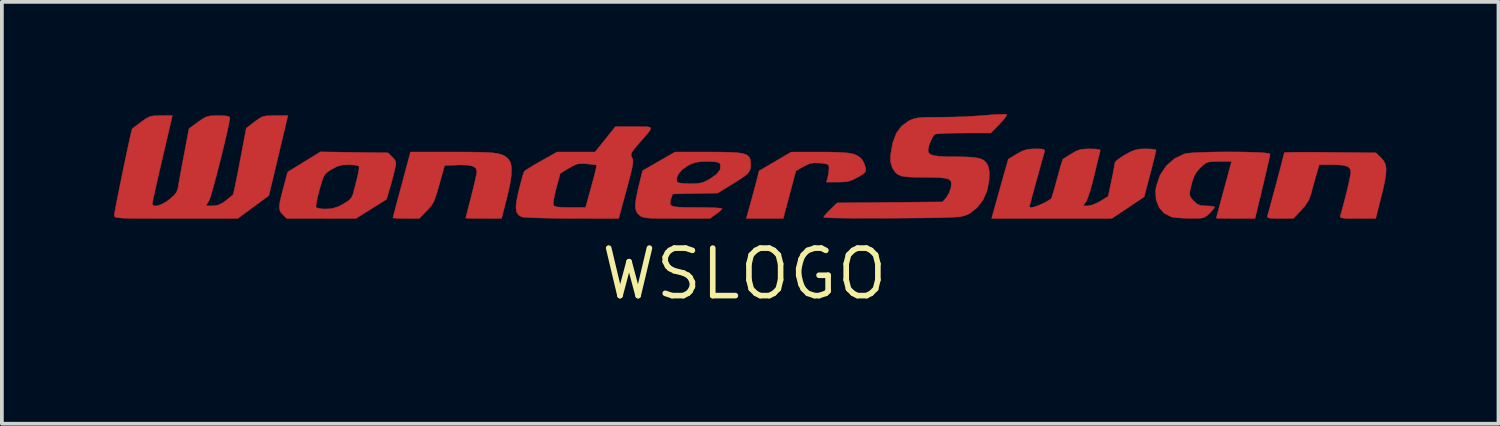
<source format=kicad_pcb>
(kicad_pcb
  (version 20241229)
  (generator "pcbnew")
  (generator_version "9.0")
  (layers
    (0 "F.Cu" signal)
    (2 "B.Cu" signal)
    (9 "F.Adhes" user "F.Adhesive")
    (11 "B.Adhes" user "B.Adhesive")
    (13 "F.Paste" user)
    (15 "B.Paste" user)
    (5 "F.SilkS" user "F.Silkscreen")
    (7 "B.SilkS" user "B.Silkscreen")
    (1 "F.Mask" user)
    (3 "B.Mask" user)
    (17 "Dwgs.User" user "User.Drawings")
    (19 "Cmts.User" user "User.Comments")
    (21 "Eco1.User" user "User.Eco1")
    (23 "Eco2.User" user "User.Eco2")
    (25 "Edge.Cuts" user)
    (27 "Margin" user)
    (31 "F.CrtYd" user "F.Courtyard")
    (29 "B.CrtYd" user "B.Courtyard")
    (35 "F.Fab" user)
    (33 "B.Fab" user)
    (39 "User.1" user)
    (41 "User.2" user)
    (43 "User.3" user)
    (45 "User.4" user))
  (footprint "WSLOGO"
    (layer "F.Cu")
    (at 16.854 1.226)
    (property "Reference" "WSLOGO" (at 0 3.048 0) (layer "F.SilkS") (effects (font (size 1.27 1.27) (thickness 0.15))))
    (attr through_hole)
    (fp_poly (pts (xy 2.341 -0.209) (xy 2.586 -0.201) (xy 2.772 -0.185) (xy 2.909 -0.159) (xy 3.01 -0.121) (xy 3.087 -0.068) (xy 3.139 -0.016) (xy 3.198 0.084) (xy 3.236 0.197) (xy 3.247 0.272) (xy 3.229 0.327) (xy 3.168 0.381) (xy 3.049 0.453) (xy 3.035 0.461) (xy 2.895 0.534) (xy 2.773 0.574) (xy 2.631 0.59) (xy 2.499 0.593) (xy 2.192 0.593) (xy 2.225 0.476) (xy 2.252 0.342) (xy 2.261 0.233) (xy 2.259 0.161) (xy 2.233 0.121) (xy 2.164 0.1) (xy 2.032 0.085) (xy 2.024 0.084) (xy 1.866 0.078) (xy 1.745 0.099) (xy 1.617 0.157) (xy 1.579 0.178) (xy 1.376 0.293) (xy 1.038 1.566) (xy 0.05 1.566) (xy 0.153 1.196) (xy 0.21 0.988) (xy 0.268 0.772) (xy 0.317 0.589) (xy 0.324 0.559) (xy 0.393 0.292) (xy 1.249 -0.211) (xy 2.023 -0.211) (xy 2.341 -0.209)) (stroke (width 0.01) (type solid)) (fill yes) (layer "F.Cu"))
    (fp_poly (pts (xy -10.433 -0.203) (xy -9.527 -0.191) (xy -9.412 -0.076) (xy -9.347 -0.005) (xy -9.32 0.056) (xy -9.324 0.14) (xy -9.349 0.263) (xy -9.39 0.427) (xy -9.443 0.624) (xy -9.485 0.77) (xy -9.569 1.053) (xy -9.979 1.31) (xy -10.389 1.566) (xy -12.238 1.566) (xy -12.342 1.462) (xy -12.396 1.401) (xy -12.427 1.334) (xy -12.435 1.248) (xy -12.433 1.234) (xy -11.456 1.234) (xy -11.453 1.267) (xy -11.398 1.292) (xy -11.287 1.309) (xy -11.194 1.312) (xy -11.021 1.299) (xy -10.865 1.25) (xy -10.731 1.182) (xy -10.593 1.095) (xy -10.513 1.018) (xy -10.468 0.926) (xy -10.46 0.896) (xy -10.392 0.634) (xy -10.345 0.443) (xy -10.317 0.312) (xy -10.304 0.228) (xy -10.304 0.181) (xy -10.309 0.168) (xy -10.362 0.146) (xy -10.473 0.131) (xy -10.585 0.127) (xy -10.76 0.137) (xy -10.9 0.177) (xy -11.041 0.253) (xy -11.134 0.312) (xy -11.198 0.367) (xy -11.245 0.437) (xy -11.287 0.54) (xy -11.334 0.697) (xy -11.363 0.8) (xy -11.41 0.98) (xy -11.442 1.131) (xy -11.456 1.234) (xy -12.433 1.234) (xy -12.42 1.126) (xy -12.381 0.953) (xy -12.326 0.744) (xy -12.213 0.323) (xy -11.339 -0.216) (xy -10.433 -0.203)) (stroke (width 0.01) (type solid)) (fill yes) (layer "F.Cu"))
    (fp_poly (pts (xy -7.423 -0.211) (xy -7.13 -0.208) (xy -6.902 -0.201) (xy -6.726 -0.189) (xy -6.595 -0.171) (xy -6.496 -0.145) (xy -6.421 -0.111) (xy -6.357 -0.067) (xy -6.318 -0.032) (xy -6.255 0.064) (xy -6.226 0.208) (xy -6.232 0.406) (xy -6.271 0.667) (xy -6.346 0.996) (xy -6.358 1.042) (xy -6.493 1.566) (xy -6.972 1.566) (xy -7.162 1.565) (xy -7.316 1.562) (xy -7.418 1.558) (xy -7.451 1.553) (xy -7.441 1.509) (xy -7.413 1.399) (xy -7.372 1.237) (xy -7.321 1.039) (xy -7.303 0.971) (xy -7.249 0.756) (xy -7.203 0.563) (xy -7.171 0.412) (xy -7.155 0.32) (xy -7.155 0.308) (xy -7.178 0.224) (xy -7.255 0.169) (xy -7.394 0.14) (xy -7.605 0.134) (xy -7.67 0.136) (xy -8.016 0.148) (xy -8.157 0.655) (xy -8.219 0.872) (xy -8.27 1.027) (xy -8.319 1.14) (xy -8.376 1.229) (xy -8.45 1.315) (xy -8.497 1.364) (xy -8.696 1.566) (xy -9.047 1.566) (xy -9.208 1.564) (xy -9.329 1.559) (xy -9.393 1.551) (xy -9.398 1.548) (xy -9.387 1.503) (xy -9.358 1.39) (xy -9.314 1.223) (xy -9.259 1.016) (xy -9.211 0.839) (xy -9.145 0.594) (xy -9.083 0.365) (xy -9.031 0.169) (xy -8.992 0.025) (xy -8.977 -0.032) (xy -8.929 -0.212) (xy -7.79 -0.212) (xy -7.423 -0.211)) (stroke (width 0.01) (type solid)) (fill yes) (layer "F.Cu"))
    (fp_poly (pts (xy 15.274 -0.206) (xy 15.58 -0.204) (xy 15.661 -0.203) (xy 16.886 -0.191) (xy 17.01 -0.071) (xy 17.087 0.016) (xy 17.136 0.112) (xy 17.158 0.23) (xy 17.152 0.384) (xy 17.119 0.587) (xy 17.059 0.853) (xy 17.032 0.96) (xy 16.88 1.566) (xy 16.396 1.566) (xy 16.188 1.565) (xy 16.05 1.561) (xy 15.971 1.55) (xy 15.935 1.532) (xy 15.931 1.504) (xy 15.934 1.492) (xy 15.99 1.294) (xy 16.048 1.076) (xy 16.103 0.855) (xy 16.152 0.651) (xy 16.189 0.481) (xy 16.21 0.364) (xy 16.214 0.33) (xy 16.197 0.241) (xy 16.138 0.181) (xy 16.026 0.145) (xy 15.848 0.129) (xy 15.71 0.127) (xy 15.371 0.127) (xy 15.286 0.413) (xy 15.234 0.597) (xy 15.182 0.786) (xy 15.15 0.91) (xy 15.09 1.075) (xy 14.985 1.234) (xy 14.888 1.344) (xy 14.677 1.566) (xy 14.321 1.566) (xy 14.147 1.565) (xy 14.043 1.557) (xy 13.993 1.541) (xy 13.983 1.512) (xy 13.987 1.492) (xy 14.008 1.418) (xy 14.045 1.284) (xy 14.094 1.103) (xy 14.15 0.893) (xy 14.211 0.666) (xy 14.271 0.438) (xy 14.328 0.225) (xy 14.376 0.041) (xy 14.412 -0.1) (xy 14.433 -0.181) (xy 14.436 -0.195) (xy 14.476 -0.2) (xy 14.591 -0.203) (xy 14.769 -0.206) (xy 15.001 -0.206) (xy 15.274 -0.206)) (stroke (width 0.01) (type solid)) (fill yes) (layer "F.Cu"))
    (fp_poly (pts (xy -2.592 -0.887) (xy -2.517 -0.869) (xy -2.507 -0.825) (xy -2.558 -0.744) (xy -2.666 -0.616) (xy -2.81 -0.453) (xy -2.928 -0.315) (xy -2.998 -0.222) (xy -3.028 -0.159) (xy -3.025 -0.108) (xy -3.004 -0.061) (xy -2.986 -0.016) (xy -2.98 0.042) (xy -2.988 0.126) (xy -3.011 0.248) (xy -3.053 0.419) (xy -3.114 0.654) (xy -3.155 0.805) (xy -3.362 1.566) (xy -4.613 1.564) (xy -4.934 1.562) (xy -5.231 1.557) (xy -5.493 1.551) (xy -5.708 1.544) (xy -5.864 1.535) (xy -5.95 1.525) (xy -5.959 1.522) (xy -6.044 1.47) (xy -6.094 1.389) (xy -6.109 1.267) (xy -6.1 1.178) (xy -5.111 1.178) (xy -5.108 1.204) (xy -5.08 1.236) (xy -5.017 1.255) (xy -4.902 1.266) (xy -4.721 1.27) (xy -4.665 1.27) (xy -4.247 1.27) (xy -4.093 0.712) (xy -4.037 0.508) (xy -3.993 0.335) (xy -3.963 0.21) (xy -3.951 0.145) (xy -3.952 0.141) (xy -3.998 0.13) (xy -4.103 0.116) (xy -4.216 0.105) (xy -4.363 0.097) (xy -4.472 0.11) (xy -4.581 0.156) (xy -4.696 0.222) (xy -4.925 0.362) (xy -5.029 0.75) (xy -5.072 0.926) (xy -5.1 1.076) (xy -5.111 1.178) (xy -6.1 1.178) (xy -6.091 1.093) (xy -6.041 0.853) (xy -6.028 0.803) (xy -5.981 0.615) (xy -5.938 0.457) (xy -5.905 0.348) (xy -5.889 0.308) (xy -5.844 0.272) (xy -5.74 0.206) (xy -5.594 0.118) (xy -5.437 0.028) (xy -5.011 -0.212) (xy -3.994 -0.212) (xy -3.723 -0.55) (xy -3.451 -0.889) (xy -2.948 -0.889) (xy -2.734 -0.89) (xy -2.592 -0.887)) (stroke (width 0.01) (type solid)) (fill yes) (layer "F.Cu"))
    (fp_poly (pts (xy 13.236 -0.213) (xy 13.486 -0.208) (xy 13.706 -0.201) (xy 13.882 -0.191) (xy 14.003 -0.177) (xy 14.054 -0.161) (xy 14.055 -0.159) (xy 14.045 -0.103) (xy 14.019 0.022) (xy 13.978 0.202) (xy 13.927 0.425) (xy 13.867 0.677) (xy 13.854 0.73) (xy 13.653 1.566) (xy 13.134 1.566) (xy 12.936 1.566) (xy 12.773 1.563) (xy 12.661 1.56) (xy 12.616 1.556) (xy 12.616 1.556) (xy 12.627 1.514) (xy 12.656 1.403) (xy 12.701 1.236) (xy 12.758 1.027) (xy 12.821 0.794) (xy 13.025 0.042) (xy 12.695 0.042) (xy 12.527 0.044) (xy 12.417 0.055) (xy 12.338 0.085) (xy 12.264 0.14) (xy 12.198 0.201) (xy 12.1 0.309) (xy 12.027 0.431) (xy 11.971 0.588) (xy 11.919 0.803) (xy 11.912 0.837) (xy 11.906 0.936) (xy 11.943 1.019) (xy 12.014 1.099) (xy 12.109 1.18) (xy 12.206 1.218) (xy 12.345 1.228) (xy 12.358 1.228) (xy 12.48 1.234) (xy 12.558 1.249) (xy 12.573 1.262) (xy 12.545 1.309) (xy 12.474 1.39) (xy 12.433 1.431) (xy 12.363 1.495) (xy 12.3 1.535) (xy 12.221 1.556) (xy 12.104 1.563) (xy 11.926 1.563) (xy 11.915 1.563) (xy 11.728 1.557) (xy 11.56 1.545) (xy 11.439 1.529) (xy 11.413 1.522) (xy 11.222 1.425) (xy 11.085 1.269) (xy 11.007 1.066) (xy 10.993 0.829) (xy 11.01 0.713) (xy 11.112 0.409) (xy 11.278 0.157) (xy 11.504 -0.038) (xy 11.764 -0.163) (xy 11.852 -0.179) (xy 12.003 -0.192) (xy 12.204 -0.202) (xy 12.44 -0.209) (xy 12.7 -0.214) (xy 12.97 -0.215) (xy 13.236 -0.213)) (stroke (width 0.01) (type solid)) (fill yes) (layer "F.Cu"))
    (fp_poly (pts (xy -0.627 -0.21) (xy -0.363 -0.204) (xy -0.165 -0.191) (xy -0.023 -0.167) (xy 0.072 -0.13) (xy 0.129 -0.078) (xy 0.158 -0.006) (xy 0.168 0.087) (xy 0.169 0.129) (xy 0.164 0.219) (xy 0.141 0.293) (xy 0.089 0.363) (xy -0.004 0.44) (xy -0.149 0.538) (xy -0.327 0.648) (xy -0.717 0.887) (xy -1.318 0.898) (xy -1.919 0.91) (xy -1.958 1.028) (xy -1.983 1.114) (xy -1.986 1.176) (xy -1.957 1.219) (xy -1.885 1.247) (xy -1.76 1.262) (xy -1.573 1.269) (xy -1.312 1.27) (xy -1.271 1.27) (xy -1.042 1.272) (xy -0.847 1.277) (xy -0.698 1.285) (xy -0.611 1.295) (xy -0.594 1.302) (xy -0.626 1.343) (xy -0.706 1.411) (xy -0.759 1.45) (xy -0.924 1.566) (xy -1.811 1.566) (xy -2.108 1.566) (xy -2.333 1.564) (xy -2.498 1.559) (xy -2.614 1.55) (xy -2.694 1.537) (xy -2.749 1.518) (xy -2.793 1.491) (xy -2.809 1.479) (xy -2.873 1.411) (xy -2.909 1.324) (xy -2.917 1.202) (xy -2.897 1.032) (xy -2.849 0.801) (xy -2.821 0.684) (xy -2.775 0.495) (xy -1.814 0.495) (xy -1.8 0.592) (xy -1.747 0.613) (xy -1.633 0.628) (xy -1.481 0.635) (xy -1.454 0.635) (xy -1.277 0.631) (xy -1.149 0.612) (xy -1.037 0.57) (xy -0.904 0.497) (xy -0.736 0.375) (xy -0.649 0.256) (xy -0.641 0.136) (xy -0.65 0.106) (xy -0.685 0.071) (xy -0.766 0.051) (xy -0.91 0.043) (xy -0.993 0.042) (xy -1.179 0.048) (xy -1.316 0.069) (xy -1.438 0.115) (xy -1.523 0.159) (xy -1.664 0.26) (xy -1.765 0.378) (xy -1.814 0.495) (xy -2.775 0.495) (xy -2.724 0.288) (xy -2.289 0.038) (xy -1.855 -0.212) (xy -0.967 -0.212) (xy -0.627 -0.21)) (stroke (width 0.01) (type solid)) (fill yes) (layer "F.Cu"))
    (fp_poly (pts (xy 10.871 -0.292) (xy 10.971 -0.28) (xy 11.008 -0.265) (xy 10.998 -0.214) (xy 10.97 -0.098) (xy 10.928 0.07) (xy 10.876 0.275) (xy 10.849 0.377) (xy 10.689 0.986) (xy 10.257 1.276) (xy 9.824 1.566) (xy 6.61 1.566) (xy 6.712 1.196) (xy 6.772 0.981) (xy 6.843 0.728) (xy 6.912 0.482) (xy 6.935 0.402) (xy 7.055 -0.021) (xy 7.283 -0.159) (xy 7.433 -0.24) (xy 7.563 -0.282) (xy 7.717 -0.296) (xy 7.78 -0.296) (xy 7.926 -0.294) (xy 8.003 -0.282) (xy 8.03 -0.257) (xy 8.026 -0.222) (xy 8.004 -0.149) (xy 7.966 -0.016) (xy 7.917 0.159) (xy 7.861 0.361) (xy 7.802 0.575) (xy 7.745 0.784) (xy 7.694 0.972) (xy 7.653 1.123) (xy 7.627 1.222) (xy 7.62 1.252) (xy 7.654 1.273) (xy 7.742 1.259) (xy 7.866 1.216) (xy 8.007 1.152) (xy 8.147 1.073) (xy 8.205 1.033) (xy 8.221 0.991) (xy 8.254 0.883) (xy 8.299 0.725) (xy 8.353 0.532) (xy 8.359 0.51) (xy 8.413 0.315) (xy 8.459 0.151) (xy 8.495 0.035) (xy 8.513 -0.017) (xy 8.514 -0.018) (xy 8.556 -0.047) (xy 8.647 -0.106) (xy 8.74 -0.164) (xy 8.869 -0.238) (xy 8.983 -0.278) (xy 9.12 -0.294) (xy 9.241 -0.296) (xy 9.403 -0.292) (xy 9.491 -0.278) (xy 9.516 -0.251) (xy 9.514 -0.243) (xy 9.498 -0.185) (xy 9.466 -0.06) (xy 9.424 0.114) (xy 9.375 0.322) (xy 9.356 0.402) (xy 9.3 0.625) (xy 9.243 0.828) (xy 9.189 0.99) (xy 9.146 1.094) (xy 9.136 1.111) (xy 9.054 1.228) (xy 9.183 1.228) (xy 9.292 1.205) (xy 9.431 1.149) (xy 9.519 1.101) (xy 9.725 0.974) (xy 9.816 0.549) (xy 9.854 0.365) (xy 9.884 0.211) (xy 9.902 0.105) (xy 9.906 0.071) (xy 9.94 0.026) (xy 10.031 -0.045) (xy 10.159 -0.127) (xy 10.179 -0.139) (xy 10.338 -0.225) (xy 10.464 -0.272) (xy 10.593 -0.293) (xy 10.73 -0.296) (xy 10.871 -0.292)) (stroke (width 0.01) (type solid)) (fill yes) (layer "F.Cu"))
    (fp_poly (pts (xy -12.206 -1.185) (xy -12.46 -0.116) (xy -12.715 0.953) (xy -13.131 1.259) (xy -13.548 1.566) (xy -15.198 1.566) (xy -15.615 1.566) (xy -15.955 1.566) (xy -16.227 1.564) (xy -16.437 1.561) (xy -16.593 1.557) (xy -16.704 1.55) (xy -16.777 1.541) (xy -16.82 1.529) (xy -16.842 1.514) (xy -16.848 1.495) (xy -16.849 1.486) (xy -16.84 1.424) (xy -16.818 1.295) (xy -16.783 1.113) (xy -16.738 0.889) (xy -16.688 0.637) (xy -16.633 0.369) (xy -16.577 0.1) (xy -16.523 -0.158) (xy -16.473 -0.392) (xy -16.43 -0.588) (xy -16.396 -0.735) (xy -16.375 -0.818) (xy -16.369 -0.832) (xy -16.329 -0.865) (xy -16.239 -0.933) (xy -16.127 -1.018) (xy -16.002 -1.106) (xy -15.905 -1.156) (xy -15.8 -1.179) (xy -15.654 -1.185) (xy -15.598 -1.185) (xy -15.295 -1.185) (xy -15.564 -0.032) (xy -15.634 0.27) (xy -15.697 0.546) (xy -15.751 0.786) (xy -15.793 0.977) (xy -15.821 1.11) (xy -15.833 1.172) (xy -15.833 1.174) (xy -15.801 1.225) (xy -15.718 1.23) (xy -15.6 1.194) (xy -15.464 1.121) (xy -15.378 1.059) (xy -15.254 0.952) (xy -15.183 0.86) (xy -15.147 0.758) (xy -15.138 0.71) (xy -15.121 0.606) (xy -15.091 0.438) (xy -15.052 0.225) (xy -15.007 -0.014) (xy -14.98 -0.154) (xy -14.851 -0.836) (xy -14.613 -1.011) (xy -14.484 -1.102) (xy -14.384 -1.154) (xy -14.28 -1.178) (xy -14.138 -1.185) (xy -14.067 -1.185) (xy -13.897 -1.181) (xy -13.799 -1.166) (xy -13.76 -1.139) (xy -13.758 -1.128) (xy -13.769 -1.046) (xy -13.798 -0.899) (xy -13.842 -0.699) (xy -13.897 -0.462) (xy -13.96 -0.201) (xy -14.028 0.069) (xy -14.096 0.335) (xy -14.161 0.581) (xy -14.22 0.795) (xy -14.269 0.961) (xy -14.304 1.066) (xy -14.316 1.09) (xy -14.4 1.228) (xy -14.223 1.228) (xy -14.078 1.209) (xy -13.944 1.145) (xy -13.87 1.091) (xy -13.767 1.008) (xy -13.693 0.945) (xy -13.672 0.924) (xy -13.658 0.875) (xy -13.631 0.755) (xy -13.594 0.578) (xy -13.549 0.356) (xy -13.5 0.101) (xy -13.485 0.023) (xy -13.32 -0.848) (xy -13.101 -1.017) (xy -12.988 -1.101) (xy -12.899 -1.151) (xy -12.805 -1.176) (xy -12.676 -1.184) (xy -12.544 -1.185) (xy -12.206 -1.185)) (stroke (width 0.01) (type solid)) (fill yes) (layer "F.Cu"))
    (fp_poly (pts (xy 7.011 -1.215) (xy 7.014 -1.213) (xy 7 -1.171) (xy 6.938 -1.087) (xy 6.84 -0.978) (xy 6.815 -0.951) (xy 6.586 -0.72) (xy 5.865 -0.719) (xy 5.624 -0.717) (xy 5.411 -0.712) (xy 5.241 -0.704) (xy 5.129 -0.694) (xy 5.092 -0.686) (xy 5.038 -0.62) (xy 4.981 -0.506) (xy 4.933 -0.377) (xy 4.911 -0.268) (xy 4.911 -0.257) (xy 4.925 -0.193) (xy 4.974 -0.147) (xy 5.069 -0.115) (xy 5.22 -0.096) (xy 5.437 -0.086) (xy 5.651 -0.085) (xy 5.932 -0.081) (xy 6.141 -0.067) (xy 6.291 -0.04) (xy 6.395 0.005) (xy 6.466 0.072) (xy 6.517 0.163) (xy 6.519 0.169) (xy 6.551 0.328) (xy 6.542 0.541) (xy 6.495 0.788) (xy 6.478 0.851) (xy 6.378 1.075) (xy 6.222 1.275) (xy 6.033 1.424) (xy 5.977 1.454) (xy 5.926 1.476) (xy 5.874 1.494) (xy 5.811 1.509) (xy 5.73 1.521) (xy 5.623 1.53) (xy 5.48 1.538) (xy 5.294 1.543) (xy 5.057 1.548) (xy 4.76 1.551) (xy 4.395 1.554) (xy 3.954 1.557) (xy 3.948 1.557) (xy 3.563 1.559) (xy 3.206 1.559) (xy 2.885 1.558) (xy 2.609 1.555) (xy 2.386 1.551) (xy 2.224 1.546) (xy 2.134 1.539) (xy 2.117 1.535) (xy 2.145 1.488) (xy 2.218 1.404) (xy 2.297 1.324) (xy 2.477 1.148) (xy 5.299 1.122) (xy 5.396 1.009) (xy 5.47 0.889) (xy 5.52 0.747) (xy 5.523 0.736) (xy 5.534 0.64) (xy 5.522 0.57) (xy 5.474 0.521) (xy 5.38 0.491) (xy 5.231 0.474) (xy 5.015 0.467) (xy 4.806 0.466) (xy 4.54 0.463) (xy 4.345 0.453) (xy 4.205 0.432) (xy 4.107 0.393) (xy 4.036 0.334) (xy 3.979 0.249) (xy 3.953 0.201) (xy 3.907 0.059) (xy 3.906 -0.121) (xy 3.909 -0.145) (xy 3.967 -0.465) (xy 4.062 -0.715) (xy 4.2 -0.903) (xy 4.384 -1.038) (xy 4.401 -1.048) (xy 4.481 -1.084) (xy 4.562 -1.11) (xy 4.66 -1.127) (xy 4.792 -1.137) (xy 4.975 -1.142) (xy 5.224 -1.143) (xy 5.248 -1.143) (xy 5.535 -1.146) (xy 5.848 -1.156) (xy 6.153 -1.172) (xy 6.413 -1.19) (xy 6.445 -1.193) (xy 6.65 -1.21) (xy 6.824 -1.219) (xy 6.95 -1.221) (xy 7.011 -1.215)) (stroke (width 0.01) (type solid)) (fill yes) (layer "F.Cu")))
  (gr_rect
    (start -3 -3)
    (end 37.016 8.28)
    (stroke (width 0.1) (type default))
    (fill no)
    (layer "Edge.Cuts")))
</source>
